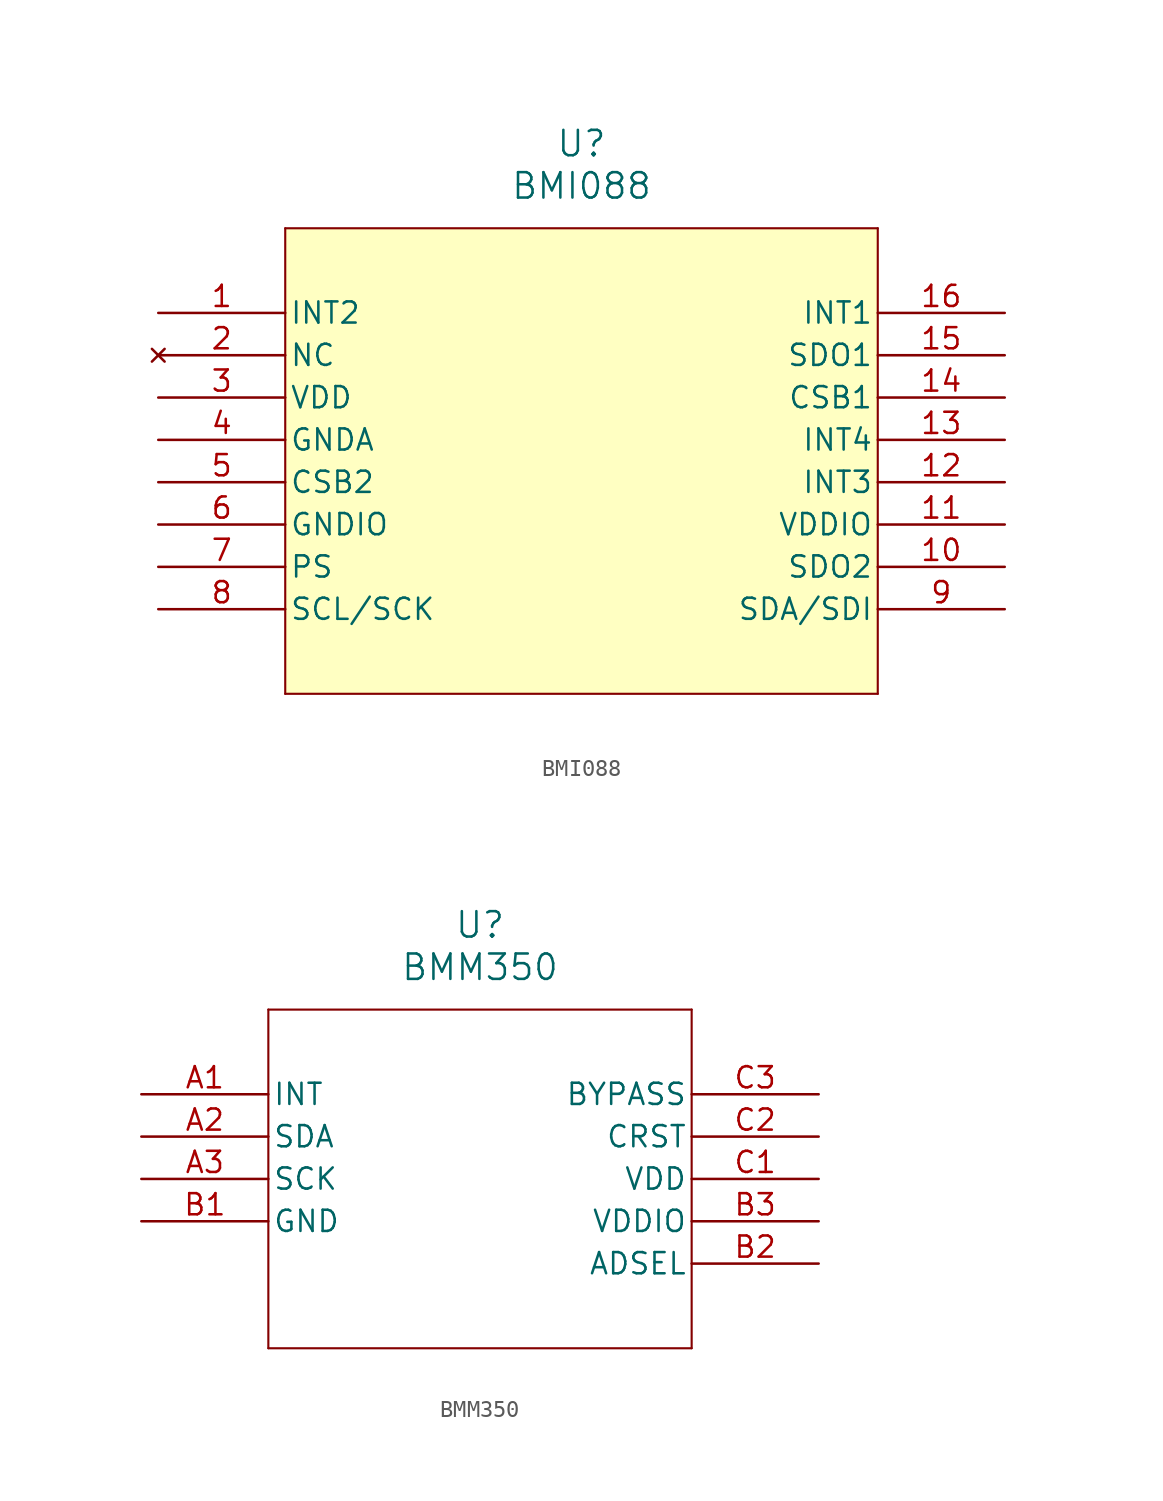
<source format=kicad_sym>
(kicad_symbol_lib
  (version 20241209)
  (generator "kicad_symbol_editor")
  (generator_version "9.0")
  (symbol "BMI088"
    (pin_names
      (offset 0.254))
    (property "Reference" "U"
      (at 25.4 10.16 0)
      (effects (font (size 1.524 1.524))))
    (property "Value" "BMI088"
      (at 25.4 7.62 0)
      (effects (font (size 1.524 1.524))))
    (symbol "BMI088_0_1"
      (polyline (pts (xy 7.62 5.08) (xy 7.62 -22.86)) (stroke (width 0.127) (type default)) (fill (type none)))
      (polyline (pts (xy 7.62 -22.86) (xy 43.18 -22.86)) (stroke (width 0.127) (type default)) (fill (type none)))
      (polyline (pts (xy 43.18 5.08) (xy 7.62 5.08)) (stroke (width 0.127) (type default)) (fill (type none)))
      (polyline (pts (xy 43.18 -22.86) (xy 43.18 5.08)) (stroke (width 0.127) (type default)) (fill (type none)))
      (pin bidirectional line (at 0 0 0) (length 7.62) (name "INT2" (effects (font (size 1.27 1.27)))) (number "1" (effects (font (size 1.27 1.27)))))
      (pin no_connect line (at 0 -2.54 0) (length 7.62) (name "NC" (effects (font (size 1.27 1.27)))) (number "2" (effects (font (size 1.27 1.27)))))
      (pin power_in line (at 0 -5.08 0) (length 7.62) (name "VDD" (effects (font (size 1.27 1.27)))) (number "3" (effects (font (size 1.27 1.27)))))
      (pin power_out line (at 0 -7.62 0) (length 7.62) (name "GNDA" (effects (font (size 1.27 1.27)))) (number "4" (effects (font (size 1.27 1.27)))))
      (pin bidirectional line (at 0 -10.16 0) (length 7.62) (name "CSB2" (effects (font (size 1.27 1.27)))) (number "5" (effects (font (size 1.27 1.27)))))
      (pin power_out line (at 0 -12.7 0) (length 7.62) (name "GNDIO" (effects (font (size 1.27 1.27)))) (number "6" (effects (font (size 1.27 1.27)))))
      (pin unspecified line (at 0 -15.24 0) (length 7.62) (name "PS" (effects (font (size 1.27 1.27)))) (number "7" (effects (font (size 1.27 1.27)))))
      (pin unspecified line (at 0 -17.78 0) (length 7.62) (name "SCL/SCK" (effects (font (size 1.27 1.27)))) (number "8" (effects (font (size 1.27 1.27)))))
      (pin bidirectional line (at 50.8 0 180) (length 7.62) (name "INT1" (effects (font (size 1.27 1.27)))) (number "16" (effects (font (size 1.27 1.27)))))
      (pin bidirectional line (at 50.8 -2.54 180) (length 7.62) (name "SDO1" (effects (font (size 1.27 1.27)))) (number "15" (effects (font (size 1.27 1.27)))))
      (pin bidirectional line (at 50.8 -5.08 180) (length 7.62) (name "CSB1" (effects (font (size 1.27 1.27)))) (number "14" (effects (font (size 1.27 1.27)))))
      (pin bidirectional line (at 50.8 -7.62 180) (length 7.62) (name "INT4" (effects (font (size 1.27 1.27)))) (number "13" (effects (font (size 1.27 1.27)))))
      (pin bidirectional line (at 50.8 -10.16 180) (length 7.62) (name "INT3" (effects (font (size 1.27 1.27)))) (number "12" (effects (font (size 1.27 1.27)))))
      (pin power_in line (at 50.8 -12.7 180) (length 7.62) (name "VDDIO" (effects (font (size 1.27 1.27)))) (number "11" (effects (font (size 1.27 1.27)))))
      (pin bidirectional line (at 50.8 -15.24 180) (length 7.62) (name "SDO2" (effects (font (size 1.27 1.27)))) (number "10" (effects (font (size 1.27 1.27)))))
      (pin unspecified line (at 50.8 -17.78 180) (length 7.62) (name "SDA/SDI" (effects (font (size 1.27 1.27)))) (number "9" (effects (font (size 1.27 1.27))))))
    (symbol "BMI088_1_1"
      (rectangle (start 7.62 5.08) (end 43.18 -22.86) (stroke (width -0.0001) (type solid)) (fill (type color) (color 255 255 194 1)))))
  (symbol "BMM350"
    (pin_names
      (offset 0.254))
    (property "Reference" "U"
      (at 20.32 10.16 0)
      (effects (font (size 1.524 1.524))))
    (property "Value" "BMM350"
      (at 20.32 7.62 0)
      (effects (font (size 1.524 1.524))))
    (property "ki_locked" ""
      (at 0 0 0)
      (effects (font (size 1.27 1.27))))
    (symbol "BMM350_0_1"
      (polyline (pts (xy 7.62 5.08) (xy 7.62 -15.24)) (stroke (width 0.127) (type default)) (fill (type none)))
      (polyline (pts (xy 7.62 -15.24) (xy 33.02 -15.24)) (stroke (width 0.127) (type default)) (fill (type none)))
      (polyline (pts (xy 33.02 5.08) (xy 7.62 5.08)) (stroke (width 0.127) (type default)) (fill (type none)))
      (polyline (pts (xy 33.02 -15.24) (xy 33.02 5.08)) (stroke (width 0.127) (type default)) (fill (type none)))
      (pin input line (at 0 0 0) (length 7.62) (name "INT" (effects (font (size 1.27 1.27)))) (number "A1" (effects (font (size 1.27 1.27)))))
      (pin unspecified line (at 0 -2.54 0) (length 7.62) (name "SDA" (effects (font (size 1.27 1.27)))) (number "A2" (effects (font (size 1.27 1.27)))))
      (pin unspecified line (at 0 -5.08 0) (length 7.62) (name "SCK" (effects (font (size 1.27 1.27)))) (number "A3" (effects (font (size 1.27 1.27)))))
      (pin power_out line (at 0 -7.62 0) (length 7.62) (name "GND" (effects (font (size 1.27 1.27)))) (number "B1" (effects (font (size 1.27 1.27)))))
      (pin power_out line (at 40.64 0 180) (length 7.62) (name "BYPASS" (effects (font (size 1.27 1.27)))) (number "C3" (effects (font (size 1.27 1.27)))))
      (pin unspecified line (at 40.64 -2.54 180) (length 7.62) (name "CRST" (effects (font (size 1.27 1.27)))) (number "C2" (effects (font (size 1.27 1.27)))))
      (pin power_in line (at 40.64 -5.08 180) (length 7.62) (name "VDD" (effects (font (size 1.27 1.27)))) (number "C1" (effects (font (size 1.27 1.27)))))
      (pin power_in line (at 40.64 -7.62 180) (length 7.62) (name "VDDIO" (effects (font (size 1.27 1.27)))) (number "B3" (effects (font (size 1.27 1.27)))))
      (pin unspecified line (at 40.64 -10.16 180) (length 7.62) (name "ADSEL" (effects (font (size 1.27 1.27)))) (number "B2" (effects (font (size 1.27 1.27))))))))
</source>
